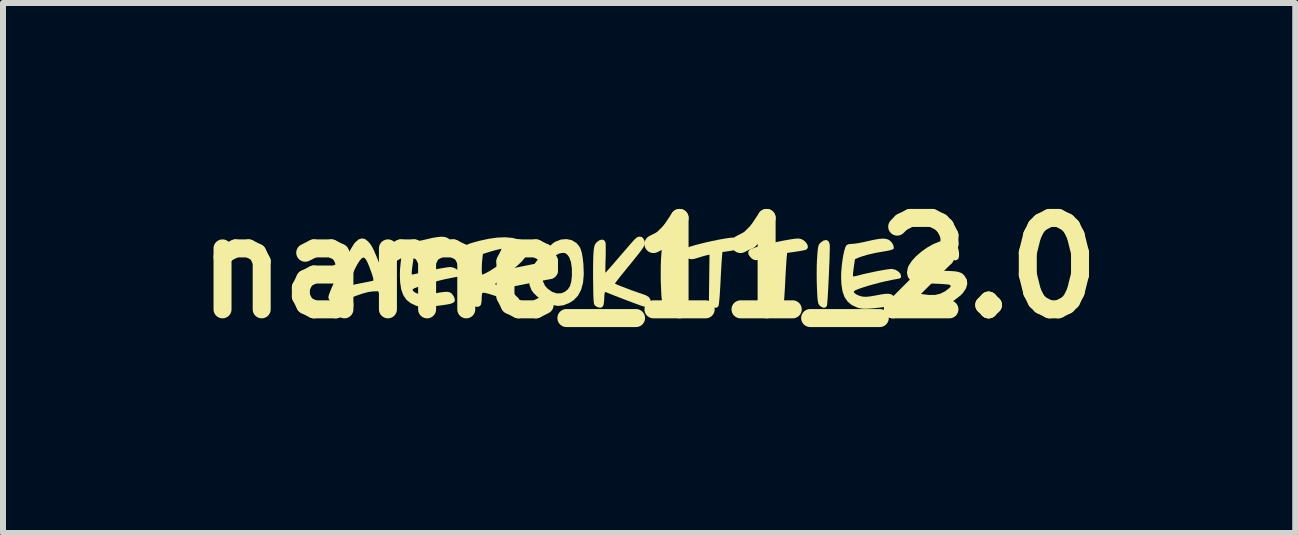
<source format=kicad_pcb>
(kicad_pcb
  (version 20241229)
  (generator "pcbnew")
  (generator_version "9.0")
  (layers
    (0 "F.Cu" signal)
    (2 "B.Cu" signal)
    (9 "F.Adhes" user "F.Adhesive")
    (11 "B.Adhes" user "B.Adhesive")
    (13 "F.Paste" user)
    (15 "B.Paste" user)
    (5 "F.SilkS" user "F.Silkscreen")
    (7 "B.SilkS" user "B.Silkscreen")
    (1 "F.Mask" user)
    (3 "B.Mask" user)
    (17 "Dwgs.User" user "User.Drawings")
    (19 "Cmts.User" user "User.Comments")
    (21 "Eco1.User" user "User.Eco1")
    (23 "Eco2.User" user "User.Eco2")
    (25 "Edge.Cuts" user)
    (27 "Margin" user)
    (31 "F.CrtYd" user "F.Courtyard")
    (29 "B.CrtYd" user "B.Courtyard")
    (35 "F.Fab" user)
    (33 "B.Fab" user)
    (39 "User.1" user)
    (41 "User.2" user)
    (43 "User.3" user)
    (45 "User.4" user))
  (footprint "name_11_2.0"
    (layer "F.Cu")
    (at 7.772 1.418)
    (property "Reference" "name_11_2.0" (at 0 0 0) (layer "F.SilkS") (effects (font (size 1.524 1.524) (thickness 0.3))))
    (attr board_only exclude_from_pos_files exclude_from_bom)
    (fp_poly (pts (xy 0.388 -0.466) (xy 0.408 -0.423) (xy 0.412 -0.383) (xy 0.412 -0.316) (xy 0.409 -0.23) (xy 0.406 -0.13) (xy 0.402 -0.021) (xy 0.397 0.092) (xy 0.392 0.205) (xy 0.387 0.314) (xy 0.381 0.412) (xy 0.376 0.496) (xy 0.371 0.561) (xy 0.367 0.602) (xy 0.364 0.614) (xy 0.339 0.644) (xy 0.302 0.647) (xy 0.259 0.624) (xy 0.247 0.613) (xy 0.233 0.597) (xy 0.223 0.579) (xy 0.215 0.553) (xy 0.21 0.513) (xy 0.205 0.456) (xy 0.201 0.375) (xy 0.198 0.308) (xy 0.194 0.196) (xy 0.194 0.074) (xy 0.195 -0.045) (xy 0.199 -0.15) (xy 0.201 -0.179) (xy 0.207 -0.267) (xy 0.213 -0.329) (xy 0.22 -0.371) (xy 0.228 -0.4) (xy 0.24 -0.42) (xy 0.254 -0.435) (xy 0.307 -0.473) (xy 0.353 -0.483)) (stroke (width 0) (type solid)) (fill yes) (layer "F.SilkS"))
    (fp_poly (pts (xy 2.988 -0.45) (xy 3.009 -0.407) (xy 3.013 -0.368) (xy 3.012 -0.3) (xy 3.01 -0.214) (xy 3.007 -0.114) (xy 3.002 -0.005) (xy 2.998 0.108) (xy 2.992 0.221) (xy 2.987 0.329) (xy 2.981 0.428) (xy 2.976 0.512) (xy 2.971 0.577) (xy 2.967 0.618) (xy 2.965 0.63) (xy 2.939 0.66) (xy 2.902 0.663) (xy 2.859 0.64) (xy 2.847 0.629) (xy 2.833 0.613) (xy 2.823 0.595) (xy 2.816 0.569) (xy 2.81 0.529) (xy 2.805 0.472) (xy 2.801 0.391) (xy 2.798 0.324) (xy 2.795 0.212) (xy 2.794 0.09) (xy 2.795 -0.029) (xy 2.799 -0.134) (xy 2.801 -0.163) (xy 2.807 -0.251) (xy 2.813 -0.313) (xy 2.82 -0.356) (xy 2.829 -0.384) (xy 2.841 -0.404) (xy 2.855 -0.419) (xy 2.907 -0.457) (xy 2.953 -0.467)) (stroke (width 0) (type solid)) (fill yes) (layer "F.SilkS"))
    (fp_poly (pts (xy 1.461 -0.498) (xy 1.506 -0.472) (xy 1.542 -0.437) (xy 1.564 -0.398) (xy 1.57 -0.361) (xy 1.554 -0.331) (xy 1.534 -0.319) (xy 1.502 -0.311) (xy 1.449 -0.301) (xy 1.384 -0.29) (xy 1.361 -0.286) (xy 1.223 -0.267) (xy 1.214 -0.169) (xy 1.211 -0.123) (xy 1.206 -0.052) (xy 1.201 0.037) (xy 1.195 0.139) (xy 1.19 0.246) (xy 1.189 0.267) (xy 1.183 0.369) (xy 1.177 0.462) (xy 1.17 0.54) (xy 1.164 0.598) (xy 1.158 0.631) (xy 1.157 0.636) (xy 1.128 0.662) (xy 1.089 0.661) (xy 1.045 0.634) (xy 1.037 0.626) (xy 0.997 0.586) (xy 1.002 0.182) (xy 1.007 -0.223) (xy 0.959 -0.212) (xy 0.917 -0.201) (xy 0.86 -0.184) (xy 0.824 -0.173) (xy 0.753 -0.152) (xy 0.702 -0.145) (xy 0.662 -0.155) (xy 0.627 -0.18) (xy 0.617 -0.189) (xy 0.58 -0.239) (xy 0.574 -0.283) (xy 0.599 -0.321) (xy 0.628 -0.337) (xy 0.684 -0.356) (xy 0.759 -0.379) (xy 0.85 -0.403) (xy 0.949 -0.427) (xy 1.053 -0.45) (xy 1.154 -0.471) (xy 1.248 -0.488) (xy 1.33 -0.501) (xy 1.393 -0.507) (xy 1.41 -0.507)) (stroke (width 0) (type solid)) (fill yes) (layer "F.SilkS"))
    (fp_poly (pts (xy 2.539 -0.482) (xy 2.584 -0.456) (xy 2.62 -0.421) (xy 2.642 -0.382) (xy 2.648 -0.345) (xy 2.632 -0.315) (xy 2.612 -0.303) (xy 2.58 -0.295) (xy 2.527 -0.285) (xy 2.462 -0.274) (xy 2.439 -0.271) (xy 2.301 -0.251) (xy 2.292 -0.153) (xy 2.289 -0.107) (xy 2.284 -0.036) (xy 2.279 0.053) (xy 2.273 0.155) (xy 2.268 0.262) (xy 2.267 0.283) (xy 2.261 0.385) (xy 2.255 0.478) (xy 2.249 0.556) (xy 2.242 0.614) (xy 2.236 0.647) (xy 2.235 0.652) (xy 2.206 0.678) (xy 2.167 0.677) (xy 2.123 0.65) (xy 2.115 0.642) (xy 2.075 0.602) (xy 2.08 0.198) (xy 2.085 -0.207) (xy 2.037 -0.196) (xy 1.995 -0.185) (xy 1.939 -0.168) (xy 1.903 -0.157) (xy 1.831 -0.136) (xy 1.78 -0.13) (xy 1.74 -0.139) (xy 1.705 -0.164) (xy 1.695 -0.173) (xy 1.658 -0.223) (xy 1.652 -0.267) (xy 1.677 -0.305) (xy 1.706 -0.321) (xy 1.762 -0.34) (xy 1.838 -0.363) (xy 1.928 -0.387) (xy 2.028 -0.411) (xy 2.131 -0.434) (xy 2.232 -0.455) (xy 2.327 -0.472) (xy 2.408 -0.485) (xy 2.471 -0.491) (xy 2.488 -0.492)) (stroke (width 0) (type solid)) (fill yes) (layer "F.SilkS"))
    (fp_poly (pts (xy -1.29 -0.464) (xy -1.215 -0.419) (xy -1.199 -0.403) (xy -1.165 -0.362) (xy -1.14 -0.313) (xy -1.121 -0.25) (xy -1.107 -0.167) (xy -1.095 -0.064) (xy -1.089 0.103) (xy -1.101 0.245) (xy -1.134 0.365) (xy -1.186 0.462) (xy -1.259 0.538) (xy -1.334 0.585) (xy -1.43 0.622) (xy -1.519 0.633) (xy -1.612 0.616) (xy -1.667 0.596) (xy -1.769 0.545) (xy -1.859 0.482) (xy -1.93 0.412) (xy -1.961 0.369) (xy -1.993 0.286) (xy -2.004 0.189) (xy -1.998 0.138) (xy -1.774 0.138) (xy -1.77 0.221) (xy -1.736 0.296) (xy -1.694 0.343) (xy -1.617 0.398) (xy -1.538 0.424) (xy -1.462 0.421) (xy -1.405 0.397) (xy -1.354 0.356) (xy -1.319 0.302) (xy -1.298 0.229) (xy -1.287 0.131) (xy -1.287 0.129) (xy -1.288 0.007) (xy -1.302 -0.096) (xy -1.33 -0.175) (xy -1.357 -0.215) (xy -1.388 -0.242) (xy -1.42 -0.252) (xy -1.464 -0.249) (xy -1.505 -0.239) (xy -1.542 -0.219) (xy -1.584 -0.182) (xy -1.606 -0.158) (xy -1.692 -0.052) (xy -1.748 0.047) (xy -1.774 0.138) (xy -1.998 0.138) (xy -1.993 0.091) (xy -1.983 0.058) (xy -1.958 0.006) (xy -1.915 -0.061) (xy -1.859 -0.137) (xy -1.795 -0.216) (xy -1.728 -0.292) (xy -1.664 -0.358) (xy -1.607 -0.409) (xy -1.567 -0.437) (xy -1.471 -0.474) (xy -1.377 -0.482)) (stroke (width 0) (type solid)) (fill yes) (layer "F.SilkS"))
    (fp_poly (pts (xy -4.733 -0.481) (xy -4.679 -0.436) (xy -4.679 -0.436) (xy -4.657 -0.409) (xy -4.637 -0.383) (xy -4.619 -0.354) (xy -4.599 -0.315) (xy -4.576 -0.265) (xy -4.547 -0.197) (xy -4.511 -0.107) (xy -4.474 -0.015) (xy -4.407 0.156) (xy -4.353 0.298) (xy -4.311 0.412) (xy -4.283 0.497) (xy -4.268 0.555) (xy -4.265 0.578) (xy -4.277 0.615) (xy -4.309 0.631) (xy -4.358 0.623) (xy -4.368 0.619) (xy -4.413 0.589) (xy -4.452 0.537) (xy -4.484 0.468) (xy -4.516 0.388) (xy -4.6 0.39) (xy -4.679 0.4) (xy -4.779 0.427) (xy -4.898 0.468) (xy -5.03 0.522) (xy -5.072 0.541) (xy -5.135 0.568) (xy -5.19 0.59) (xy -5.229 0.601) (xy -5.24 0.602) (xy -5.279 0.589) (xy -5.317 0.555) (xy -5.342 0.513) (xy -5.347 0.486) (xy -5.34 0.453) (xy -5.32 0.397) (xy -5.289 0.322) (xy -5.281 0.305) (xy -5.027 0.305) (xy -4.991 0.294) (xy -4.961 0.287) (xy -4.908 0.275) (xy -4.84 0.261) (xy -4.788 0.251) (xy -4.718 0.237) (xy -4.658 0.225) (xy -4.617 0.216) (xy -4.602 0.213) (xy -4.596 0.2) (xy -4.601 0.167) (xy -4.618 0.109) (xy -4.637 0.055) (xy -4.672 -0.04) (xy -4.702 -0.107) (xy -4.727 -0.15) (xy -4.75 -0.171) (xy -4.764 -0.174) (xy -4.793 -0.16) (xy -4.829 -0.117) (xy -4.871 -0.05) (xy -4.916 0.039) (xy -4.965 0.147) (xy -4.994 0.22) (xy -5.027 0.305) (xy -5.281 0.305) (xy -5.249 0.233) (xy -5.204 0.134) (xy -5.154 0.031) (xy -5.103 -0.072) (xy -5.052 -0.171) (xy -5.004 -0.26) (xy -4.961 -0.336) (xy -4.925 -0.394) (xy -4.9 -0.427) (xy -4.842 -0.477) (xy -4.786 -0.494)) (stroke (width 0) (type solid)) (fill yes) (layer "F.SilkS"))
    (fp_poly (pts (xy 5.023 -0.447) (xy 5.09 -0.412) (xy 5.137 -0.362) (xy 5.157 -0.313) (xy 5.167 -0.255) (xy 5.168 -0.2) (xy 5.157 -0.157) (xy 5.15 -0.146) (xy 5.112 -0.126) (xy 5.072 -0.136) (xy 5.034 -0.172) (xy 5.028 -0.182) (xy 4.995 -0.224) (xy 4.96 -0.238) (xy 4.957 -0.238) (xy 4.915 -0.23) (xy 4.859 -0.208) (xy 4.796 -0.175) (xy 4.731 -0.136) (xy 4.669 -0.094) (xy 4.615 -0.053) (xy 4.576 -0.015) (xy 4.556 0.015) (xy 4.557 0.029) (xy 4.573 0.036) (xy 4.613 0.042) (xy 4.68 0.045) (xy 4.774 0.047) (xy 4.845 0.048) (xy 4.961 0.048) (xy 5.05 0.052) (xy 5.118 0.058) (xy 5.168 0.069) (xy 5.205 0.084) (xy 5.236 0.106) (xy 5.258 0.129) (xy 5.297 0.193) (xy 5.305 0.264) (xy 5.284 0.339) (xy 5.233 0.416) (xy 5.192 0.458) (xy 5.073 0.55) (xy 4.937 0.615) (xy 4.786 0.654) (xy 4.638 0.665) (xy 4.556 0.662) (xy 4.497 0.651) (xy 4.454 0.634) (xy 4.386 0.582) (xy 4.344 0.512) (xy 4.334 0.477) (xy 4.333 0.447) (xy 4.346 0.427) (xy 4.378 0.419) (xy 4.431 0.42) (xy 4.51 0.43) (xy 4.55 0.436) (xy 4.67 0.45) (xy 4.768 0.449) (xy 4.851 0.43) (xy 4.927 0.393) (xy 4.95 0.377) (xy 5 0.339) (xy 5.026 0.313) (xy 5.029 0.295) (xy 5.011 0.282) (xy 5.006 0.279) (xy 4.979 0.275) (xy 4.926 0.27) (xy 4.853 0.265) (xy 4.764 0.261) (xy 4.665 0.258) (xy 4.562 0.255) (xy 4.46 0.254) (xy 4.444 0.254) (xy 4.409 0.243) (xy 4.369 0.218) (xy 4.359 0.21) (xy 4.315 0.151) (xy 4.299 0.08) (xy 4.312 0.001) (xy 4.327 -0.037) (xy 4.377 -0.114) (xy 4.448 -0.193) (xy 4.536 -0.269) (xy 4.632 -0.338) (xy 4.732 -0.395) (xy 4.829 -0.436) (xy 4.916 -0.458) (xy 4.947 -0.46)) (stroke (width 0) (type solid)) (fill yes) (layer "F.SilkS"))
    (fp_poly (pts (xy -3.398 -0.515) (xy -3.357 -0.499) (xy -3.345 -0.492) (xy -3.309 -0.455) (xy -3.285 -0.411) (xy -3.276 -0.369) (xy -3.282 -0.349) (xy -3.302 -0.338) (xy -3.346 -0.326) (xy -3.406 -0.313) (xy -3.443 -0.308) (xy -3.585 -0.283) (xy -3.715 -0.253) (xy -3.824 -0.22) (xy -3.861 -0.205) (xy -3.925 -0.179) (xy -3.945 -0.04) (xy -3.953 0.023) (xy -3.958 0.073) (xy -3.958 0.103) (xy -3.957 0.107) (xy -3.939 0.108) (xy -3.899 0.1) (xy -3.857 0.09) (xy -3.787 0.071) (xy -3.702 0.052) (xy -3.61 0.033) (xy -3.519 0.015) (xy -3.435 -0.000244) (xy -3.366 -0.011) (xy -3.319 -0.016) (xy -3.313 -0.016) (xy -3.257 -0.005) (xy -3.206 0.023) (xy -3.169 0.062) (xy -3.155 0.104) (xy -3.161 0.13) (xy -3.183 0.144) (xy -3.215 0.15) (xy -3.303 0.166) (xy -3.4 0.186) (xy -3.502 0.211) (xy -3.604 0.237) (xy -3.701 0.265) (xy -3.788 0.292) (xy -3.86 0.317) (xy -3.913 0.338) (xy -3.941 0.356) (xy -3.944 0.36) (xy -3.936 0.382) (xy -3.905 0.407) (xy -3.857 0.429) (xy -3.801 0.445) (xy -3.745 0.449) (xy -3.671 0.443) (xy -3.585 0.427) (xy -3.486 0.408) (xy -3.412 0.399) (xy -3.359 0.398) (xy -3.32 0.407) (xy -3.292 0.426) (xy -3.286 0.432) (xy -3.258 0.472) (xy -3.243 0.507) (xy -3.239 0.54) (xy -3.247 0.564) (xy -3.273 0.583) (xy -3.318 0.599) (xy -3.388 0.612) (xy -3.474 0.624) (xy -3.596 0.639) (xy -3.691 0.646) (xy -3.766 0.648) (xy -3.826 0.643) (xy -3.876 0.632) (xy -3.888 0.628) (xy -3.978 0.585) (xy -4.048 0.528) (xy -4.099 0.452) (xy -4.133 0.356) (xy -4.151 0.236) (xy -4.155 0.119) (xy -4.153 0.029) (xy -4.144 -0.067) (xy -4.133 -0.162) (xy -4.118 -0.25) (xy -4.101 -0.326) (xy -4.083 -0.382) (xy -4.067 -0.411) (xy -4.031 -0.428) (xy -3.975 -0.433) (xy -3.933 -0.436) (xy -3.87 -0.446) (xy -3.793 -0.46) (xy -3.718 -0.477) (xy -3.605 -0.503) (xy -3.517 -0.517) (xy -3.45 -0.522)) (stroke (width 0) (type solid)) (fill yes) (layer "F.SilkS"))
    (fp_poly (pts (xy 3.959 -0.484) (xy 4 -0.467) (xy 4.011 -0.46) (xy 4.048 -0.423) (xy 4.072 -0.379) (xy 4.08 -0.338) (xy 4.075 -0.318) (xy 4.055 -0.307) (xy 4.011 -0.294) (xy 3.95 -0.282) (xy 3.914 -0.276) (xy 3.771 -0.251) (xy 3.642 -0.221) (xy 3.533 -0.188) (xy 3.496 -0.174) (xy 3.432 -0.147) (xy 3.412 -0.008) (xy 3.404 0.055) (xy 3.399 0.105) (xy 3.399 0.134) (xy 3.4 0.139) (xy 3.418 0.139) (xy 3.458 0.132) (xy 3.5 0.121) (xy 3.57 0.103) (xy 3.655 0.084) (xy 3.747 0.064) (xy 3.838 0.046) (xy 3.922 0.031) (xy 3.991 0.021) (xy 4.038 0.016) (xy 4.044 0.016) (xy 4.1 0.027) (xy 4.151 0.055) (xy 4.188 0.093) (xy 4.202 0.135) (xy 4.196 0.161) (xy 4.174 0.176) (xy 4.142 0.182) (xy 4.054 0.198) (xy 3.957 0.218) (xy 3.854 0.242) (xy 3.752 0.269) (xy 3.655 0.296) (xy 3.569 0.323) (xy 3.496 0.348) (xy 3.444 0.37) (xy 3.416 0.387) (xy 3.413 0.392) (xy 3.421 0.414) (xy 3.452 0.439) (xy 3.5 0.461) (xy 3.556 0.477) (xy 3.612 0.481) (xy 3.685 0.474) (xy 3.772 0.459) (xy 3.871 0.44) (xy 3.945 0.43) (xy 3.998 0.43) (xy 4.036 0.439) (xy 4.065 0.458) (xy 4.071 0.464) (xy 4.099 0.503) (xy 4.114 0.539) (xy 4.118 0.571) (xy 4.109 0.596) (xy 4.084 0.615) (xy 4.038 0.63) (xy 3.969 0.644) (xy 3.882 0.656) (xy 3.761 0.67) (xy 3.665 0.678) (xy 3.59 0.68) (xy 3.531 0.675) (xy 3.481 0.663) (xy 3.468 0.659) (xy 3.378 0.617) (xy 3.309 0.559) (xy 3.258 0.484) (xy 3.224 0.388) (xy 3.206 0.268) (xy 3.201 0.15) (xy 3.204 0.061) (xy 3.212 -0.035) (xy 3.224 -0.13) (xy 3.239 -0.219) (xy 3.256 -0.294) (xy 3.274 -0.35) (xy 3.29 -0.379) (xy 3.326 -0.397) (xy 3.381 -0.402) (xy 3.423 -0.405) (xy 3.487 -0.414) (xy 3.564 -0.429) (xy 3.638 -0.446) (xy 3.752 -0.471) (xy 3.84 -0.486) (xy 3.907 -0.49)) (stroke (width 0) (type solid)) (fill yes) (layer "F.SilkS"))
    (fp_poly (pts (xy -0.121 -0.517) (xy -0.096 -0.491) (xy -0.085 -0.47) (xy -0.075 -0.449) (xy -0.07 -0.429) (xy -0.07 -0.407) (xy -0.077 -0.382) (xy -0.093 -0.35) (xy -0.121 -0.308) (xy -0.161 -0.254) (xy -0.216 -0.185) (xy -0.286 -0.097) (xy -0.375 0.011) (xy -0.402 0.045) (xy -0.458 0.114) (xy -0.506 0.174) (xy -0.542 0.221) (xy -0.564 0.251) (xy -0.569 0.26) (xy -0.548 0.271) (xy -0.504 0.29) (xy -0.443 0.314) (xy -0.372 0.341) (xy -0.299 0.369) (xy -0.228 0.394) (xy -0.168 0.415) (xy -0.131 0.427) (xy -0.055 0.454) (xy -0.006 0.484) (xy 0.021 0.523) (xy 0.031 0.574) (xy 0.032 0.589) (xy 0.027 0.629) (xy 0.01 0.651) (xy -0.025 0.655) (xy -0.083 0.643) (xy -0.103 0.638) (xy -0.14 0.626) (xy -0.2 0.604) (xy -0.278 0.575) (xy -0.368 0.541) (xy -0.465 0.504) (xy -0.561 0.467) (xy -0.652 0.431) (xy -0.725 0.401) (xy -0.737 0.406) (xy -0.744 0.435) (xy -0.747 0.486) (xy -0.751 0.565) (xy -0.76 0.617) (xy -0.776 0.647) (xy -0.802 0.661) (xy -0.81 0.663) (xy -0.853 0.656) (xy -0.889 0.636) (xy -0.901 0.626) (xy -0.911 0.614) (xy -0.918 0.596) (xy -0.923 0.568) (xy -0.926 0.526) (xy -0.929 0.466) (xy -0.931 0.384) (xy -0.932 0.275) (xy -0.933 0.243) (xy -0.934 0.13) (xy -0.934 0.018) (xy -0.933 -0.085) (xy -0.931 -0.173) (xy -0.928 -0.238) (xy -0.927 -0.253) (xy -0.921 -0.321) (xy -0.912 -0.366) (xy -0.899 -0.397) (xy -0.879 -0.423) (xy -0.871 -0.432) (xy -0.824 -0.465) (xy -0.78 -0.474) (xy -0.745 -0.459) (xy -0.728 -0.428) (xy -0.724 -0.399) (xy -0.723 -0.344) (xy -0.723 -0.272) (xy -0.724 -0.188) (xy -0.725 -0.151) (xy -0.728 -0.069) (xy -0.729 0.000012) (xy -0.729 0.05) (xy -0.727 0.077) (xy -0.726 0.079) (xy -0.713 0.065) (xy -0.681 0.028) (xy -0.631 -0.029) (xy -0.566 -0.104) (xy -0.487 -0.196) (xy -0.395 -0.302) (xy -0.292 -0.421) (xy -0.289 -0.424) (xy -0.242 -0.476) (xy -0.207 -0.507) (xy -0.178 -0.521) (xy -0.157 -0.523)) (stroke (width 0) (type solid)) (fill yes) (layer "F.SilkS"))
    (fp_poly (pts (xy -2.282 -0.502) (xy -2.186 -0.479) (xy -2.11 -0.443) (xy -2.058 -0.393) (xy -2.032 -0.331) (xy -2.029 -0.301) (xy -2.034 -0.255) (xy -2.049 -0.211) (xy -2.077 -0.163) (xy -2.121 -0.111) (xy -2.183 -0.051) (xy -2.266 0.02) (xy -2.373 0.106) (xy -2.398 0.126) (xy -2.46 0.175) (xy -2.512 0.217) (xy -2.549 0.249) (xy -2.567 0.266) (xy -2.568 0.268) (xy -2.554 0.278) (xy -2.518 0.299) (xy -2.464 0.326) (xy -2.406 0.354) (xy -2.301 0.409) (xy -2.226 0.458) (xy -2.179 0.502) (xy -2.159 0.542) (xy -2.159 0.559) (xy -2.17 0.586) (xy -2.196 0.597) (xy -2.239 0.591) (xy -2.304 0.568) (xy -2.344 0.55) (xy -2.416 0.52) (xy -2.496 0.489) (xy -2.577 0.461) (xy -2.652 0.437) (xy -2.714 0.42) (xy -2.755 0.412) (xy -2.76 0.412) (xy -2.777 0.416) (xy -2.787 0.433) (xy -2.79 0.47) (xy -2.791 0.5) (xy -2.793 0.556) (xy -2.801 0.601) (xy -2.807 0.619) (xy -2.836 0.644) (xy -2.878 0.648) (xy -2.922 0.631) (xy -2.923 0.63) (xy -2.941 0.611) (xy -2.955 0.581) (xy -2.965 0.535) (xy -2.972 0.472) (xy -2.977 0.387) (xy -2.98 0.277) (xy -2.98 0.155) (xy -2.981 0.029) (xy -2.79 0.029) (xy -2.789 0.077) (xy -2.785 0.106) (xy -2.782 0.111) (xy -2.764 0.104) (xy -2.728 0.088) (xy -2.707 0.077) (xy -2.659 0.051) (xy -2.596 0.011) (xy -2.523 -0.037) (xy -2.449 -0.087) (xy -2.381 -0.136) (xy -2.326 -0.177) (xy -2.295 -0.203) (xy -2.26 -0.247) (xy -2.253 -0.284) (xy -2.275 -0.312) (xy -2.322 -0.327) (xy -2.393 -0.33) (xy -2.409 -0.328) (xy -2.466 -0.319) (xy -2.54 -0.303) (xy -2.616 -0.282) (xy -2.634 -0.277) (xy -2.771 -0.234) (xy -2.78 -0.153) (xy -2.786 -0.094) (xy -2.789 -0.03) (xy -2.79 0.029) (xy -2.981 0.029) (xy -2.981 -0.173) (xy -3.021 -0.216) (xy -3.059 -0.271) (xy -3.075 -0.324) (xy -3.07 -0.357) (xy -3.059 -0.373) (xy -3.037 -0.388) (xy -2.999 -0.404) (xy -2.939 -0.423) (xy -2.855 -0.446) (xy -2.83 -0.453) (xy -2.674 -0.487) (xy -2.529 -0.507) (xy -2.398 -0.512)) (stroke (width 0) (type solid)) (fill yes) (layer "F.SilkS")))
  (gr_rect
    (start -3 -3)
    (end 18.545 5.836)
    (stroke (width 0.1) (type default))
    (fill no)
    (layer "Edge.Cuts")))
</source>
